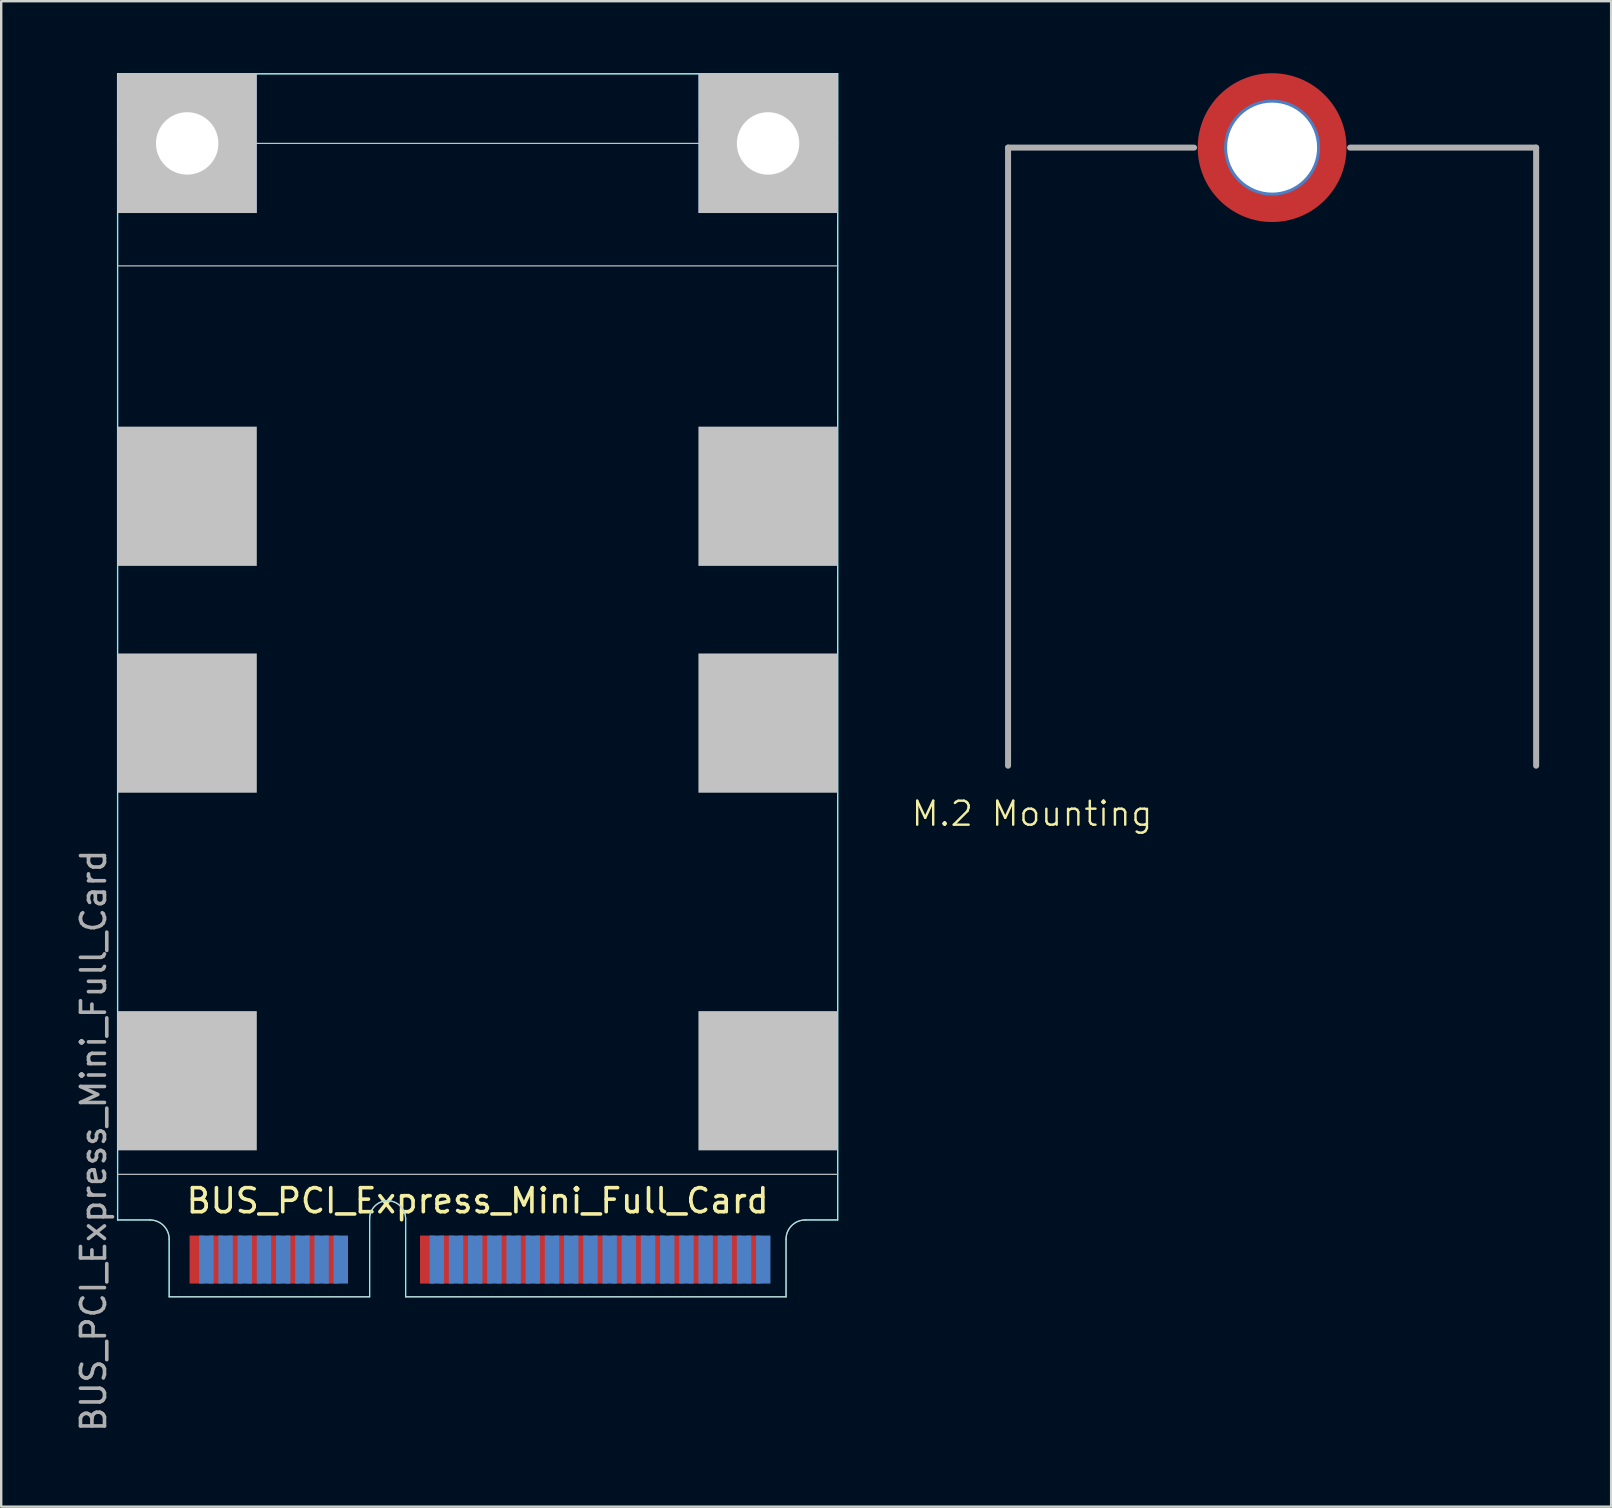
<source format=kicad_pcb>
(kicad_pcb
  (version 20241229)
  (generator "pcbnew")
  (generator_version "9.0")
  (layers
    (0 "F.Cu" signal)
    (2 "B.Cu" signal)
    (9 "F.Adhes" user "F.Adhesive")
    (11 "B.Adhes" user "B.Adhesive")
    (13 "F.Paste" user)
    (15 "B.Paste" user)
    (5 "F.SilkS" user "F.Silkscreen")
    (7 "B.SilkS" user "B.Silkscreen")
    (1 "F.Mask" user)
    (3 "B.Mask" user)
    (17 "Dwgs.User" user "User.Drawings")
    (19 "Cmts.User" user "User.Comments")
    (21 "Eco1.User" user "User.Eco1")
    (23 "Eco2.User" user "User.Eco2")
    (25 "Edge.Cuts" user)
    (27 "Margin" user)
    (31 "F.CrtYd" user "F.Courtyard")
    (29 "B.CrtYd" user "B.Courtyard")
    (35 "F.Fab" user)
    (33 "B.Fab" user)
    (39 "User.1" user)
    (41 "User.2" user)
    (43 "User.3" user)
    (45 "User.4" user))
  (footprint "BUS_PCI_Express_Mini_Full_Card"
    (layer "F.Cu")
    (at 16.848 25.225)
    (property "Reference" "BUS_PCI_Express_Mini_Full_Card" (at 0 21.75 180) (layer "F.SilkS") (effects (font (size 1 1) (thickness 0.15))))
    (attr exclude_from_pos_files exclude_from_bom)
    (fp_line (start -15 20.65) (end 15 20.65) (stroke (width 0.05) (type solid)) (layer "Dwgs.User"))
    (fp_line (start 15 -22.3) (end -15 -22.3) (stroke (width 0.05) (type solid)) (layer "Dwgs.User"))
    (fp_line (start 15 -17.2) (end -15 -17.2) (stroke (width 0.05) (type solid)) (layer "Dwgs.User"))
    (fp_line (start -15 -25.2) (end -15 22.55) (stroke (width 0.05) (type solid)) (layer "Edge.Cuts"))
    (fp_line (start -13.65 22.55) (end -15 22.55) (stroke (width 0.05) (type solid)) (layer "Edge.Cuts"))
    (fp_line (start -12.85 25.75) (end -12.85 23.35) (stroke (width 0.05) (type solid)) (layer "Edge.Cuts"))
    (fp_line (start -4.5 25.75) (end -12.85 25.75) (stroke (width 0.05) (type solid)) (layer "Edge.Cuts"))
    (fp_line (start -4.5 25.75) (end -4.5 22.5) (stroke (width 0.05) (type solid)) (layer "Edge.Cuts"))
    (fp_line (start -3 25.75) (end -3 22.5) (stroke (width 0.05) (type solid)) (layer "Edge.Cuts"))
    (fp_line (start -3 25.75) (end 12.85 25.75) (stroke (width 0.05) (type solid)) (layer "Edge.Cuts"))
    (fp_line (start 12.85 25.75) (end 12.85 23.35) (stroke (width 0.05) (type solid)) (layer "Edge.Cuts"))
    (fp_line (start 15 -25.2) (end -15 -25.2) (stroke (width 0.05) (type solid)) (layer "Edge.Cuts"))
    (fp_line (start 15 22.55) (end 13.65 22.55) (stroke (width 0.05) (type solid)) (layer "Edge.Cuts"))
    (fp_line (start 15 22.55) (end 15 -25.2) (stroke (width 0.05) (type solid)) (layer "Edge.Cuts"))
    (fp_arc (start -13.65 22.55) (mid -13.084315 22.784315) (end -12.85 23.35) (stroke (width 0.05) (type solid)) (layer "Edge.Cuts"))
    (fp_arc (start -4.5 22.5) (mid -3.75 21.75) (end -3 22.5) (stroke (width 0.05) (type solid)) (layer "Edge.Cuts"))
    (fp_arc (start 12.85 23.35) (mid 13.084315 22.784315) (end 13.65 22.55) (stroke (width 0.05) (type solid)) (layer "Edge.Cuts"))
    (fp_line (start -15 -25.2) (end -15 22.55) (stroke (width 0.05) (type solid)) (layer "B.CrtYd"))
    (fp_line (start -13.65 22.55) (end -15 22.55) (stroke (width 0.05) (type solid)) (layer "B.CrtYd"))
    (fp_line (start -12.85 25.75) (end -12.85 23.35) (stroke (width 0.05) (type solid)) (layer "B.CrtYd"))
    (fp_line (start -4.5 25.75) (end -12.85 25.75) (stroke (width 0.05) (type solid)) (layer "B.CrtYd"))
    (fp_line (start -4.5 25.75) (end -4.5 22.5) (stroke (width 0.05) (type solid)) (layer "B.CrtYd"))
    (fp_line (start -3 25.75) (end -3 22.5) (stroke (width 0.05) (type solid)) (layer "B.CrtYd"))
    (fp_line (start -3 25.75) (end 12.85 25.75) (stroke (width 0.05) (type solid)) (layer "B.CrtYd"))
    (fp_line (start 12.85 25.75) (end 12.85 23.35) (stroke (width 0.05) (type solid)) (layer "B.CrtYd"))
    (fp_line (start 15 -25.2) (end -15 -25.2) (stroke (width 0.05) (type solid)) (layer "B.CrtYd"))
    (fp_line (start 15 22.55) (end 13.65 22.55) (stroke (width 0.05) (type solid)) (layer "B.CrtYd"))
    (fp_line (start 15 22.55) (end 15 -25.2) (stroke (width 0.05) (type solid)) (layer "B.CrtYd"))
    (fp_arc (start -13.65 22.55) (mid -13.084315 22.784315) (end -12.85 23.35) (stroke (width 0.05) (type solid)) (layer "B.CrtYd"))
    (fp_arc (start -4.5 22.5) (mid -3.75 21.75) (end -3 22.5) (stroke (width 0.05) (type solid)) (layer "B.CrtYd"))
    (fp_arc (start 12.85 23.35) (mid 13.084315 22.784315) (end 13.65 22.55) (stroke (width 0.05) (type solid)) (layer "B.CrtYd"))
    (fp_text user "${REFERENCE}" (at -16 19.25 90) (layer "F.Fab") (effects (font (size 1 1) (thickness 0.15))))
    (pad "" np_thru_hole circle (at -12.1 -22.3) (size 2.6 2.6) (drill 2.6) (layers "*.Cu"))
    (pad "" connect rect (at -12.1 -22.3) (size 5.8 5.8) (layers "B.Cu" "B.Mask" "Dwgs.User"))
    (pad "" connect rect (at -12.1 -7.6) (size 5.8 5.8) (layers "Dwgs.User"))
    (pad "" connect rect (at -12.1 1.85) (size 5.8 5.8) (layers "Dwgs.User"))
    (pad "" connect rect (at -12.1 16.75) (size 5.8 5.8) (layers "Dwgs.User"))
    (pad "" np_thru_hole circle (at 12.1 -22.3) (size 2.6 2.6) (drill 2.6) (layers "*.Cu"))
    (pad "" connect rect (at 12.1 -22.3) (size 5.8 5.8) (layers "B.Cu" "B.Mask" "Dwgs.User"))
    (pad "" connect rect (at 12.1 -7.6) (size 5.8 5.8) (layers "Dwgs.User"))
    (pad "" connect rect (at 12.1 1.85) (size 5.8 5.8) (layers "Dwgs.User"))
    (pad "" connect rect (at 12.1 16.75) (size 5.8 5.8) (layers "Dwgs.User"))
    (pad "1" connect rect (at -11.7 24.2) (size 0.6 2) (layers "F.Cu" "F.Mask"))
    (pad "2" connect rect (at -11.3 24.2) (size 0.6 2) (layers "B.Cu" "B.Mask"))
    (pad "3" connect rect (at -10.9 24.2) (size 0.6 2) (layers "F.Cu" "F.Mask"))
    (pad "4" connect rect (at -10.5 24.2) (size 0.6 2) (layers "B.Cu" "B.Mask"))
    (pad "5" connect rect (at -10.1 24.2) (size 0.6 2) (layers "F.Cu" "F.Mask"))
    (pad "6" connect rect (at -9.7 24.2) (size 0.6 2) (layers "B.Cu" "B.Mask"))
    (pad "7" connect rect (at -9.3 24.2) (size 0.6 2) (layers "F.Cu" "F.Mask"))
    (pad "8" connect rect (at -8.9 24.2) (size 0.6 2) (layers "B.Cu" "B.Mask"))
    (pad "9" connect rect (at -8.5 24.2) (size 0.6 2) (layers "F.Cu" "F.Mask"))
    (pad "10" connect rect (at -8.1 24.2) (size 0.6 2) (layers "B.Cu" "B.Mask"))
    (pad "11" connect rect (at -7.7 24.2) (size 0.6 2) (layers "F.Cu" "F.Mask"))
    (pad "12" connect rect (at -7.3 24.2) (size 0.6 2) (layers "B.Cu" "B.Mask"))
    (pad "13" connect rect (at -6.9 24.2) (size 0.6 2) (layers "F.Cu" "F.Mask"))
    (pad "14" connect rect (at -6.5 24.2) (size 0.6 2) (layers "B.Cu" "B.Mask"))
    (pad "15" connect rect (at -6.1 24.2) (size 0.6 2) (layers "F.Cu" "F.Mask"))
    (pad "16" connect rect (at -5.7 24.2) (size 0.6 2) (layers "B.Cu" "B.Mask"))
    (pad "17" connect rect (at -2.1 24.2) (size 0.6 2) (layers "F.Cu" "F.Mask"))
    (pad "18" connect rect (at -1.7 24.2) (size 0.6 2) (layers "B.Cu" "B.Mask"))
    (pad "19" connect rect (at -1.3 24.2) (size 0.6 2) (layers "F.Cu" "F.Mask"))
    (pad "20" connect rect (at -0.9 24.2) (size 0.6 2) (layers "B.Cu" "B.Mask"))
    (pad "21" connect rect (at -0.5 24.2) (size 0.6 2) (layers "F.Cu" "F.Mask"))
    (pad "22" connect rect (at -0.1 24.2) (size 0.6 2) (layers "B.Cu" "B.Mask"))
    (pad "23" connect rect (at 0.3 24.2) (size 0.6 2) (layers "F.Cu" "F.Mask"))
    (pad "24" connect rect (at 0.7 24.2) (size 0.6 2) (layers "B.Cu" "B.Mask"))
    (pad "25" connect rect (at 1.1 24.2) (size 0.6 2) (layers "F.Cu" "F.Mask"))
    (pad "26" connect rect (at 1.5 24.2) (size 0.6 2) (layers "B.Cu" "B.Mask"))
    (pad "27" connect rect (at 1.9 24.2) (size 0.6 2) (layers "F.Cu" "F.Mask"))
    (pad "28" connect rect (at 2.3 24.2) (size 0.6 2) (layers "B.Cu" "B.Mask"))
    (pad "29" connect rect (at 2.7 24.2) (size 0.6 2) (layers "F.Cu" "F.Mask"))
    (pad "30" connect rect (at 3.1 24.2) (size 0.6 2) (layers "B.Cu" "B.Mask"))
    (pad "31" connect rect (at 3.5 24.2) (size 0.6 2) (layers "F.Cu" "F.Mask"))
    (pad "32" connect rect (at 3.9 24.2) (size 0.6 2) (layers "B.Cu" "B.Mask"))
    (pad "33" connect rect (at 4.3 24.2) (size 0.6 2) (layers "F.Cu" "F.Mask"))
    (pad "34" connect rect (at 4.7 24.2) (size 0.6 2) (layers "B.Cu" "B.Mask"))
    (pad "35" connect rect (at 5.1 24.2) (size 0.6 2) (layers "F.Cu" "F.Mask"))
    (pad "36" connect rect (at 5.5 24.2) (size 0.6 2) (layers "B.Cu" "B.Mask"))
    (pad "37" connect rect (at 5.9 24.2) (size 0.6 2) (layers "F.Cu" "F.Mask"))
    (pad "38" connect rect (at 6.3 24.2) (size 0.6 2) (layers "B.Cu" "B.Mask"))
    (pad "39" connect rect (at 6.7 24.2) (size 0.6 2) (layers "F.Cu" "F.Mask"))
    (pad "40" connect rect (at 7.1 24.2) (size 0.6 2) (layers "B.Cu" "B.Mask"))
    (pad "41" connect rect (at 7.5 24.2) (size 0.6 2) (layers "F.Cu" "F.Mask"))
    (pad "42" connect rect (at 7.9 24.2) (size 0.6 2) (layers "B.Cu" "B.Mask"))
    (pad "43" connect rect (at 8.3 24.2) (size 0.6 2) (layers "F.Cu" "F.Mask"))
    (pad "44" connect rect (at 8.7 24.2) (size 0.6 2) (layers "B.Cu" "B.Mask"))
    (pad "45" connect rect (at 9.1 24.2) (size 0.6 2) (layers "F.Cu" "F.Mask"))
    (pad "46" connect rect (at 9.5 24.2) (size 0.6 2) (layers "B.Cu" "B.Mask"))
    (pad "47" connect rect (at 9.9 24.2) (size 0.6 2) (layers "F.Cu" "F.Mask"))
    (pad "48" connect rect (at 10.3 24.2) (size 0.6 2) (layers "B.Cu" "B.Mask"))
    (pad "49" connect rect (at 10.7 24.2) (size 0.6 2) (layers "F.Cu" "F.Mask"))
    (pad "50" connect rect (at 11.1 24.2) (size 0.6 2) (layers "B.Cu" "B.Mask"))
    (pad "51" connect rect (at 11.5 24.2) (size 0.6 2) (layers "F.Cu" "F.Mask"))
    (pad "52" connect rect (at 11.9 24.2) (size 0.6 2) (layers "B.Cu" "B.Mask")))
  (footprint "M.2 Mounting"
    (layer "F.Cu")
    (at 39.947 31.35)
    (property "Reference" "M.2 Mounting" (at 0 -0.5 0) (unlocked yes) (layer "F.SilkS") (effects (font (size 1 1) (thickness 0.1))))
    (attr smd)
    (fp_line (start -1 -28.25) (end 6.75 -28.25) (stroke (width 0.25) (type solid)) (layer "F.Fab"))
    (fp_line (start -1 -2.5) (end -1 -28.25) (stroke (width 0.25) (type solid)) (layer "F.Fab"))
    (fp_line (start 21 -28.25) (end 13.25 -28.25) (stroke (width 0.25) (type solid)) (layer "F.Fab"))
    (fp_line (start 21 -28.25) (end 21 -2.5) (stroke (width 0.25) (type solid)) (layer "F.Fab"))
    (pad "1" thru_hole circle (at 10 -28.25) (size 4 4) (drill 3.75) (layers "*.Cu" "*.Mask"))
    (pad "1" connect circle (at 10 -28.25) (size 6.2 6.2) (layers "F.Cu" "F.Mask")))
  (gr_rect
    (start -3 -3)
    (end 64.072 59.719)
    (stroke (width 0.1) (type default))
    (fill no)
    (layer "Edge.Cuts")))
</source>
